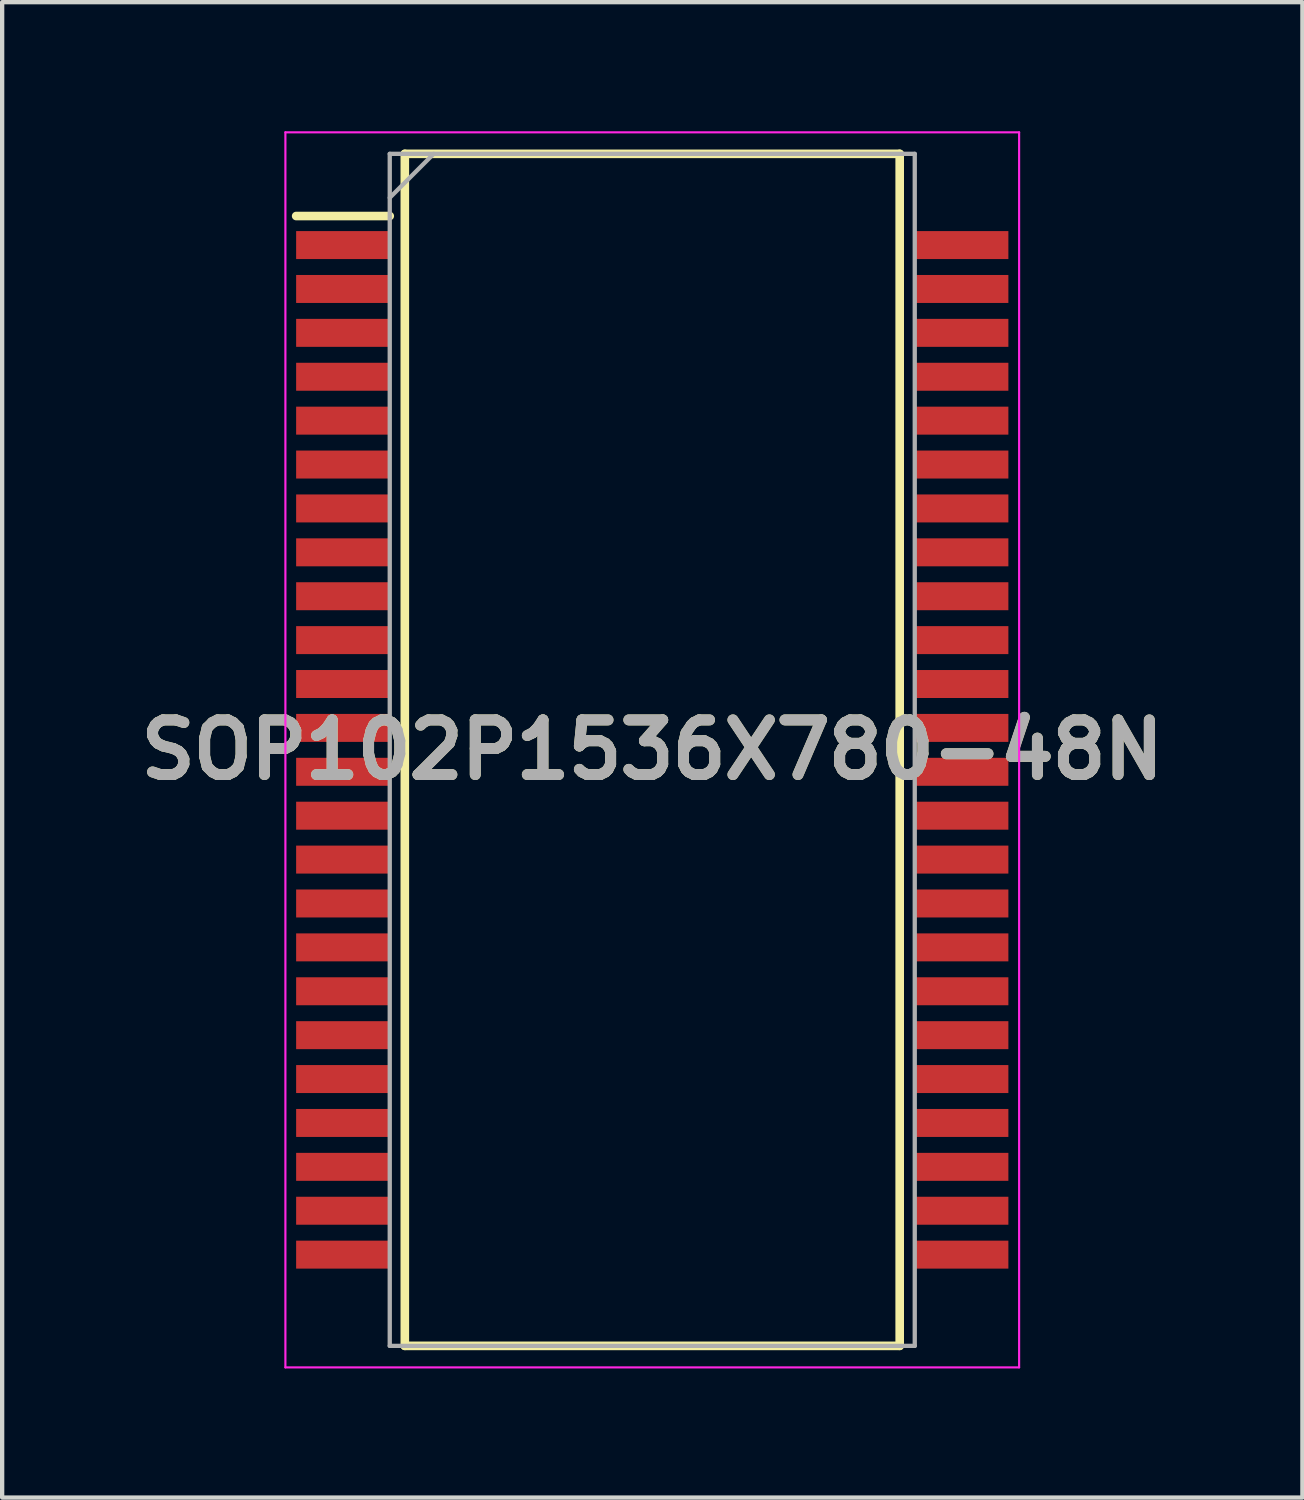
<source format=kicad_pcb>
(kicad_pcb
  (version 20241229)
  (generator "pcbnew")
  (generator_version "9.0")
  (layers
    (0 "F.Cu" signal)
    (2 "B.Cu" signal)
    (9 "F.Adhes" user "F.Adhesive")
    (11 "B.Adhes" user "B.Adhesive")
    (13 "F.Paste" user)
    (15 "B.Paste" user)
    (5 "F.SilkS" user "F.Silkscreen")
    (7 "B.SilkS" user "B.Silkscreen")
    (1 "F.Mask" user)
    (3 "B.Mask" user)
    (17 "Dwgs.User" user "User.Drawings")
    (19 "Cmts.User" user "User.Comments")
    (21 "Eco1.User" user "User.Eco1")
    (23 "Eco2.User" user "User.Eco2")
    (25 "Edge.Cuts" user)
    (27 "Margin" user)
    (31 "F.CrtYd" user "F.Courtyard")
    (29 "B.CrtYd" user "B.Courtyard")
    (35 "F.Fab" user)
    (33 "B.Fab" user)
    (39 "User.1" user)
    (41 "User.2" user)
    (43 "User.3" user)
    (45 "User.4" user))
  (footprint "SOP102P1536X780-48N"
    (layer "F.Cu")
    (at 12.107 14.375)
    (property "Reference" "SOP102P1536X780-48N" (at 0 0 0) (layer "F.SilkS") (effects (font (size 1.27 1.27) (thickness 0.254))))
    (attr smd)
    (fp_line (start -8.275 -12.405) (end -6.1 -12.405) (stroke (width 0.2) (type solid)) (layer "F.SilkS"))
    (fp_line (start -5.75 -13.85) (end 5.75 -13.85) (stroke (width 0.2) (type solid)) (layer "F.SilkS"))
    (fp_line (start -5.75 13.85) (end -5.75 -13.85) (stroke (width 0.2) (type solid)) (layer "F.SilkS"))
    (fp_line (start 5.75 -13.85) (end 5.75 13.85) (stroke (width 0.2) (type solid)) (layer "F.SilkS"))
    (fp_line (start 5.75 13.85) (end -5.75 13.85) (stroke (width 0.2) (type solid)) (layer "F.SilkS"))
    (fp_line (start -8.525 -14.35) (end 8.525 -14.35) (stroke (width 0.05) (type solid)) (layer "F.CrtYd"))
    (fp_line (start -8.525 14.35) (end -8.525 -14.35) (stroke (width 0.05) (type solid)) (layer "F.CrtYd"))
    (fp_line (start 8.525 -14.35) (end 8.525 14.35) (stroke (width 0.05) (type solid)) (layer "F.CrtYd"))
    (fp_line (start 8.525 14.35) (end -8.525 14.35) (stroke (width 0.05) (type solid)) (layer "F.CrtYd"))
    (fp_line (start -6.1 -13.85) (end 6.1 -13.85) (stroke (width 0.1) (type solid)) (layer "F.Fab"))
    (fp_line (start -6.1 -12.83) (end -5.08 -13.85) (stroke (width 0.1) (type solid)) (layer "F.Fab"))
    (fp_line (start -6.1 13.85) (end -6.1 -13.85) (stroke (width 0.1) (type solid)) (layer "F.Fab"))
    (fp_line (start 6.1 -13.85) (end 6.1 13.85) (stroke (width 0.1) (type solid)) (layer "F.Fab"))
    (fp_line (start 6.1 13.85) (end -6.1 13.85) (stroke (width 0.1) (type solid)) (layer "F.Fab"))
    (fp_text user "${REFERENCE}" (at 0 0 0) (layer "F.Fab") (effects (font (size 1.27 1.27) (thickness 0.254))))
    (pad "1" smd rect (at -7.188 -11.73 90) (size 0.65 2.175) (layers "F.Cu" "F.Mask" "F.Paste"))
    (pad "2" smd rect (at -7.188 -10.71 90) (size 0.65 2.175) (layers "F.Cu" "F.Mask" "F.Paste"))
    (pad "3" smd rect (at -7.188 -9.69 90) (size 0.65 2.175) (layers "F.Cu" "F.Mask" "F.Paste"))
    (pad "4" smd rect (at -7.188 -8.67 90) (size 0.65 2.175) (layers "F.Cu" "F.Mask" "F.Paste"))
    (pad "5" smd rect (at -7.188 -7.65 90) (size 0.65 2.175) (layers "F.Cu" "F.Mask" "F.Paste"))
    (pad "6" smd rect (at -7.188 -6.63 90) (size 0.65 2.175) (layers "F.Cu" "F.Mask" "F.Paste"))
    (pad "7" smd rect (at -7.188 -5.61 90) (size 0.65 2.175) (layers "F.Cu" "F.Mask" "F.Paste"))
    (pad "8" smd rect (at -7.188 -4.59 90) (size 0.65 2.175) (layers "F.Cu" "F.Mask" "F.Paste"))
    (pad "9" smd rect (at -7.188 -3.57 90) (size 0.65 2.175) (layers "F.Cu" "F.Mask" "F.Paste"))
    (pad "10" smd rect (at -7.188 -2.55 90) (size 0.65 2.175) (layers "F.Cu" "F.Mask" "F.Paste"))
    (pad "11" smd rect (at -7.188 -1.53 90) (size 0.65 2.175) (layers "F.Cu" "F.Mask" "F.Paste"))
    (pad "12" smd rect (at -7.188 -0.51 90) (size 0.65 2.175) (layers "F.Cu" "F.Mask" "F.Paste"))
    (pad "13" smd rect (at -7.188 0.51 90) (size 0.65 2.175) (layers "F.Cu" "F.Mask" "F.Paste"))
    (pad "14" smd rect (at -7.188 1.53 90) (size 0.65 2.175) (layers "F.Cu" "F.Mask" "F.Paste"))
    (pad "15" smd rect (at -7.188 2.55 90) (size 0.65 2.175) (layers "F.Cu" "F.Mask" "F.Paste"))
    (pad "16" smd rect (at -7.188 3.57 90) (size 0.65 2.175) (layers "F.Cu" "F.Mask" "F.Paste"))
    (pad "17" smd rect (at -7.188 4.59 90) (size 0.65 2.175) (layers "F.Cu" "F.Mask" "F.Paste"))
    (pad "18" smd rect (at -7.188 5.61 90) (size 0.65 2.175) (layers "F.Cu" "F.Mask" "F.Paste"))
    (pad "19" smd rect (at -7.188 6.63 90) (size 0.65 2.175) (layers "F.Cu" "F.Mask" "F.Paste"))
    (pad "20" smd rect (at -7.188 7.65 90) (size 0.65 2.175) (layers "F.Cu" "F.Mask" "F.Paste"))
    (pad "21" smd rect (at -7.188 8.67 90) (size 0.65 2.175) (layers "F.Cu" "F.Mask" "F.Paste"))
    (pad "22" smd rect (at -7.188 9.69 90) (size 0.65 2.175) (layers "F.Cu" "F.Mask" "F.Paste"))
    (pad "23" smd rect (at -7.188 10.71 90) (size 0.65 2.175) (layers "F.Cu" "F.Mask" "F.Paste"))
    (pad "24" smd rect (at -7.188 11.73 90) (size 0.65 2.175) (layers "F.Cu" "F.Mask" "F.Paste"))
    (pad "25" smd rect (at 7.188 11.73 90) (size 0.65 2.175) (layers "F.Cu" "F.Mask" "F.Paste"))
    (pad "26" smd rect (at 7.188 10.71 90) (size 0.65 2.175) (layers "F.Cu" "F.Mask" "F.Paste"))
    (pad "27" smd rect (at 7.188 9.69 90) (size 0.65 2.175) (layers "F.Cu" "F.Mask" "F.Paste"))
    (pad "28" smd rect (at 7.188 8.67 90) (size 0.65 2.175) (layers "F.Cu" "F.Mask" "F.Paste"))
    (pad "29" smd rect (at 7.188 7.65 90) (size 0.65 2.175) (layers "F.Cu" "F.Mask" "F.Paste"))
    (pad "30" smd rect (at 7.188 6.63 90) (size 0.65 2.175) (layers "F.Cu" "F.Mask" "F.Paste"))
    (pad "31" smd rect (at 7.188 5.61 90) (size 0.65 2.175) (layers "F.Cu" "F.Mask" "F.Paste"))
    (pad "32" smd rect (at 7.188 4.59 90) (size 0.65 2.175) (layers "F.Cu" "F.Mask" "F.Paste"))
    (pad "33" smd rect (at 7.188 3.57 90) (size 0.65 2.175) (layers "F.Cu" "F.Mask" "F.Paste"))
    (pad "34" smd rect (at 7.188 2.55 90) (size 0.65 2.175) (layers "F.Cu" "F.Mask" "F.Paste"))
    (pad "35" smd rect (at 7.188 1.53 90) (size 0.65 2.175) (layers "F.Cu" "F.Mask" "F.Paste"))
    (pad "36" smd rect (at 7.188 0.51 90) (size 0.65 2.175) (layers "F.Cu" "F.Mask" "F.Paste"))
    (pad "37" smd rect (at 7.188 -0.51 90) (size 0.65 2.175) (layers "F.Cu" "F.Mask" "F.Paste"))
    (pad "38" smd rect (at 7.188 -1.53 90) (size 0.65 2.175) (layers "F.Cu" "F.Mask" "F.Paste"))
    (pad "39" smd rect (at 7.188 -2.55 90) (size 0.65 2.175) (layers "F.Cu" "F.Mask" "F.Paste"))
    (pad "40" smd rect (at 7.188 -3.57 90) (size 0.65 2.175) (layers "F.Cu" "F.Mask" "F.Paste"))
    (pad "41" smd rect (at 7.188 -4.59 90) (size 0.65 2.175) (layers "F.Cu" "F.Mask" "F.Paste"))
    (pad "42" smd rect (at 7.188 -5.61 90) (size 0.65 2.175) (layers "F.Cu" "F.Mask" "F.Paste"))
    (pad "43" smd rect (at 7.188 -6.63 90) (size 0.65 2.175) (layers "F.Cu" "F.Mask" "F.Paste"))
    (pad "44" smd rect (at 7.188 -7.65 90) (size 0.65 2.175) (layers "F.Cu" "F.Mask" "F.Paste"))
    (pad "45" smd rect (at 7.188 -8.67 90) (size 0.65 2.175) (layers "F.Cu" "F.Mask" "F.Paste"))
    (pad "46" smd rect (at 7.188 -9.69 90) (size 0.65 2.175) (layers "F.Cu" "F.Mask" "F.Paste"))
    (pad "47" smd rect (at 7.188 -10.71 90) (size 0.65 2.175) (layers "F.Cu" "F.Mask" "F.Paste"))
    (pad "48" smd rect (at 7.188 -11.73 90) (size 0.65 2.175) (layers "F.Cu" "F.Mask" "F.Paste")))
  (gr_rect
    (start -3 -3)
    (end 27.215 31.75)
    (stroke (width 0.1) (type default))
    (fill no)
    (layer "Edge.Cuts")))
</source>
